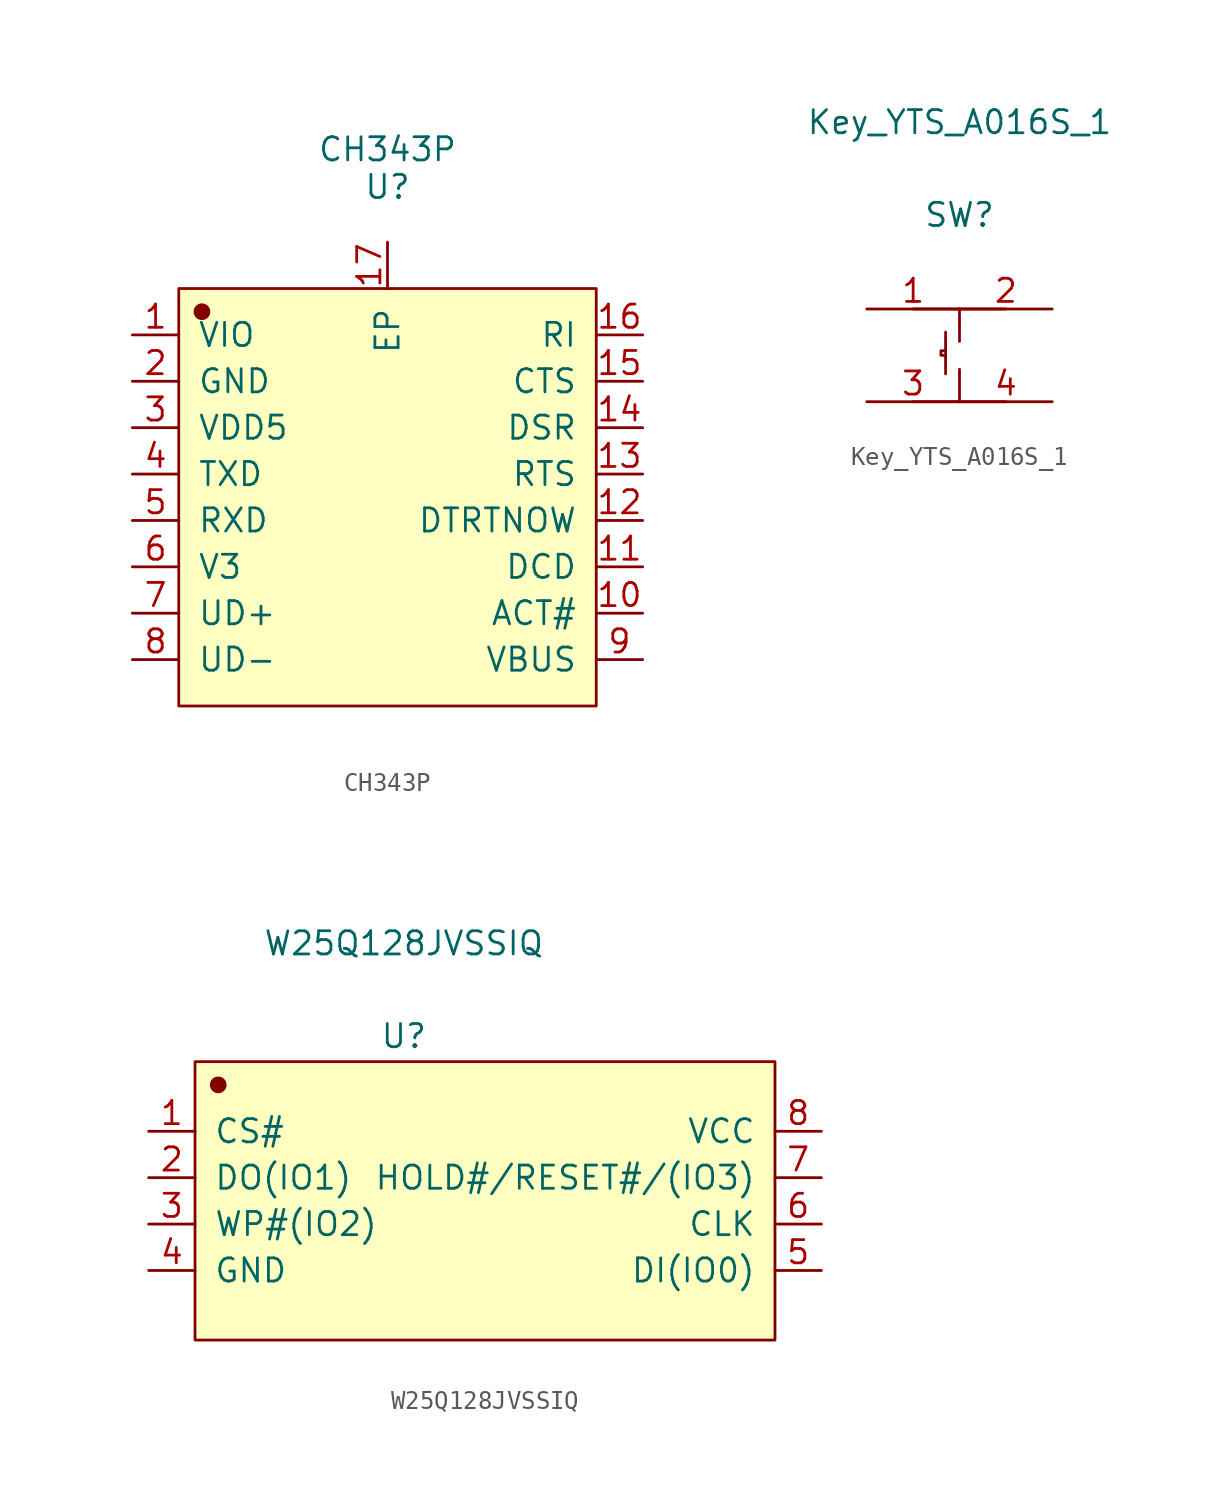
<source format=kicad_sym>
(kicad_symbol_lib
  (version 20211014)
  (generator kicad_symbol_editor)
  (symbol "CH343P"
    (pin_names
      (offset 1.016))
    (property "Reference" "U"
      (at 0 16.993 0)
      (effects (font (size 1.27 1.27))))
    (property "Value" "CH343P"
      (at 0 19.05 0)
      (effects (font (size 1.27 1.27))))
    (symbol "CH343P_1_1"
      (rectangle (start -11.43 11.43) (end 11.43 -11.43) (stroke (width 0.152) (type default) (color 0 0 0 0)) (fill (type background)))
      (circle (center -10.16 10.16) (radius 0.381) (stroke (width 0.152) (type default) (color 0 0 0 0)) (fill (type outline)))
      (pin input line (at -13.97 8.89 0) (length 2.54) (name "VIO" (effects (font (size 1.27 1.27)))) (number "1" (effects (font (size 1.27 1.27)))))
      (pin input line (at 13.97 -6.35 180) (length 2.54) (name "ACT#" (effects (font (size 1.27 1.27)))) (number "10" (effects (font (size 1.27 1.27)))))
      (pin input line (at 13.97 -3.81 180) (length 2.54) (name "DCD" (effects (font (size 1.27 1.27)))) (number "11" (effects (font (size 1.27 1.27)))))
      (pin input line (at 13.97 -1.27 180) (length 2.54) (name "DTRTNOW" (effects (font (size 1.27 1.27)))) (number "12" (effects (font (size 1.27 1.27)))))
      (pin input line (at 13.97 1.27 180) (length 2.54) (name "RTS" (effects (font (size 1.27 1.27)))) (number "13" (effects (font (size 1.27 1.27)))))
      (pin input line (at 13.97 3.81 180) (length 2.54) (name "DSR" (effects (font (size 1.27 1.27)))) (number "14" (effects (font (size 1.27 1.27)))))
      (pin input line (at 13.97 6.35 180) (length 2.54) (name "CTS" (effects (font (size 1.27 1.27)))) (number "15" (effects (font (size 1.27 1.27)))))
      (pin input line (at 13.97 8.89 180) (length 2.54) (name "RI" (effects (font (size 1.27 1.27)))) (number "16" (effects (font (size 1.27 1.27)))))
      (pin input line (at 0 13.97 270) (length 2.54) (name "EP" (effects (font (size 1.27 1.27)))) (number "17" (effects (font (size 1.27 1.27)))))
      (pin input line (at -13.97 6.35 0) (length 2.54) (name "GND" (effects (font (size 1.27 1.27)))) (number "2" (effects (font (size 1.27 1.27)))))
      (pin input line (at -13.97 3.81 0) (length 2.54) (name "VDD5" (effects (font (size 1.27 1.27)))) (number "3" (effects (font (size 1.27 1.27)))))
      (pin input line (at -13.97 1.27 0) (length 2.54) (name "TXD" (effects (font (size 1.27 1.27)))) (number "4" (effects (font (size 1.27 1.27)))))
      (pin input line (at -13.97 -1.27 0) (length 2.54) (name "RXD" (effects (font (size 1.27 1.27)))) (number "5" (effects (font (size 1.27 1.27)))))
      (pin input line (at -13.97 -3.81 0) (length 2.54) (name "V3" (effects (font (size 1.27 1.27)))) (number "6" (effects (font (size 1.27 1.27)))))
      (pin input line (at -13.97 -6.35 0) (length 2.54) (name "UD+" (effects (font (size 1.27 1.27)))) (number "7" (effects (font (size 1.27 1.27)))))
      (pin input line (at -13.97 -8.89 0) (length 2.54) (name "UD-" (effects (font (size 1.27 1.27)))) (number "8" (effects (font (size 1.27 1.27)))))
      (pin input line (at 13.97 -8.89 180) (length 2.54) (name "VBUS" (effects (font (size 1.27 1.27)))) (number "9" (effects (font (size 1.27 1.27)))))))
  (symbol "Key_YTS_A016S_1"
    (pin_names
      (offset 1.016) hide)
    (property "Reference" "SW"
      (at 0 7.696 0)
      (effects (font (size 1.27 1.27))))
    (property "Value" "Key_YTS_A016S_1"
      (at 0 12.776 0)
      (effects (font (size 1.27 1.27))))
    (symbol "Key_YTS_A016S_1_1_1"
      (polyline (pts (xy -2.54 -2.54) (xy 2.54 -2.54)) (stroke (width 0.152) (type default) (color 0 0 0 0)) (fill (type none)))
      (polyline (pts (xy -2.54 2.54) (xy 2.54 2.54)) (stroke (width 0.152) (type default) (color 0 0 0 0)) (fill (type none)))
      (polyline (pts (xy -0.762 1.27) (xy -0.762 -1.016)) (stroke (width 0.152) (type default) (color 0 0 0 0)) (fill (type none)))
      (polyline (pts (xy 0 -2.54) (xy 0 -0.762)) (stroke (width 0.152) (type default) (color 0 0 0 0)) (fill (type none)))
      (polyline (pts (xy 0 1.524) (xy 0 0.762)) (stroke (width 0.152) (type default) (color 0 0 0 0)) (fill (type none)))
      (polyline (pts (xy 0 2.54) (xy 0 1.524)) (stroke (width 0.152) (type default) (color 0 0 0 0)) (fill (type none)))
      (polyline (pts (xy -0.762 0.254) (xy -1.016 0.254) (xy -1.016 0) (xy -0.762 0)) (stroke (width 0.152) (type default) (color 0 0 0 0)) (fill (type none)))
      (pin input line (at -5.08 2.54 0) (length 5.08) (name "1" (effects (font (size 1.27 1.27)))) (number "1" (effects (font (size 1.27 1.27)))))
      (pin input line (at 5.08 2.54 180) (length 5.08) (name "2" (effects (font (size 1.27 1.27)))) (number "2" (effects (font (size 1.27 1.27)))))
      (pin input line (at -5.08 -2.54 0) (length 5.08) (name "3" (effects (font (size 1.27 1.27)))) (number "3" (effects (font (size 1.27 1.27)))))
      (pin input line (at 5.08 -2.54 180) (length 5.08) (name "4" (effects (font (size 1.27 1.27)))) (number "4" (effects (font (size 1.27 1.27)))))))
  (symbol "W25Q128JVSSIQ"
    (pin_names
      (offset 1.016))
    (property "Reference" "U"
      (at 0 9.017 0)
      (effects (font (size 1.27 1.27))))
    (property "Value" "W25Q128JVSSIQ"
      (at 0 14.097 0)
      (effects (font (size 1.27 1.27))))
    (symbol "W25Q128JVSSIQ_1_1"
      (rectangle (start -11.43 7.62) (end 20.32 -7.62) (stroke (width 0.152) (type default) (color 0 0 0 0)) (fill (type background)))
      (circle (center -10.16 6.35) (radius 0.381) (stroke (width 0.152) (type default) (color 0 0 0 0)) (fill (type outline)))
      (pin input line (at -13.97 3.81 0) (length 2.54) (name "CS#" (effects (font (size 1.27 1.27)))) (number "1" (effects (font (size 1.27 1.27)))))
      (pin input line (at -13.97 1.27 0) (length 2.54) (name "DO(IO1)" (effects (font (size 1.27 1.27)))) (number "2" (effects (font (size 1.27 1.27)))))
      (pin input line (at -13.97 -1.27 0) (length 2.54) (name "WP#(IO2)" (effects (font (size 1.27 1.27)))) (number "3" (effects (font (size 1.27 1.27)))))
      (pin input line (at -13.97 -3.81 0) (length 2.54) (name "GND" (effects (font (size 1.27 1.27)))) (number "4" (effects (font (size 1.27 1.27)))))
      (pin input line (at 22.86 -3.81 180) (length 2.54) (name "DI(IO0)" (effects (font (size 1.27 1.27)))) (number "5" (effects (font (size 1.27 1.27)))))
      (pin input line (at 22.86 -1.27 180) (length 2.54) (name "CLK" (effects (font (size 1.27 1.27)))) (number "6" (effects (font (size 1.27 1.27)))))
      (pin input line (at 22.86 1.27 180) (length 2.54) (name "HOLD#/RESET#/(IO3)" (effects (font (size 1.27 1.27)))) (number "7" (effects (font (size 1.27 1.27)))))
      (pin input line (at 22.86 3.81 180) (length 2.54) (name "VCC" (effects (font (size 1.27 1.27)))) (number "8" (effects (font (size 1.27 1.27))))))))
</source>
